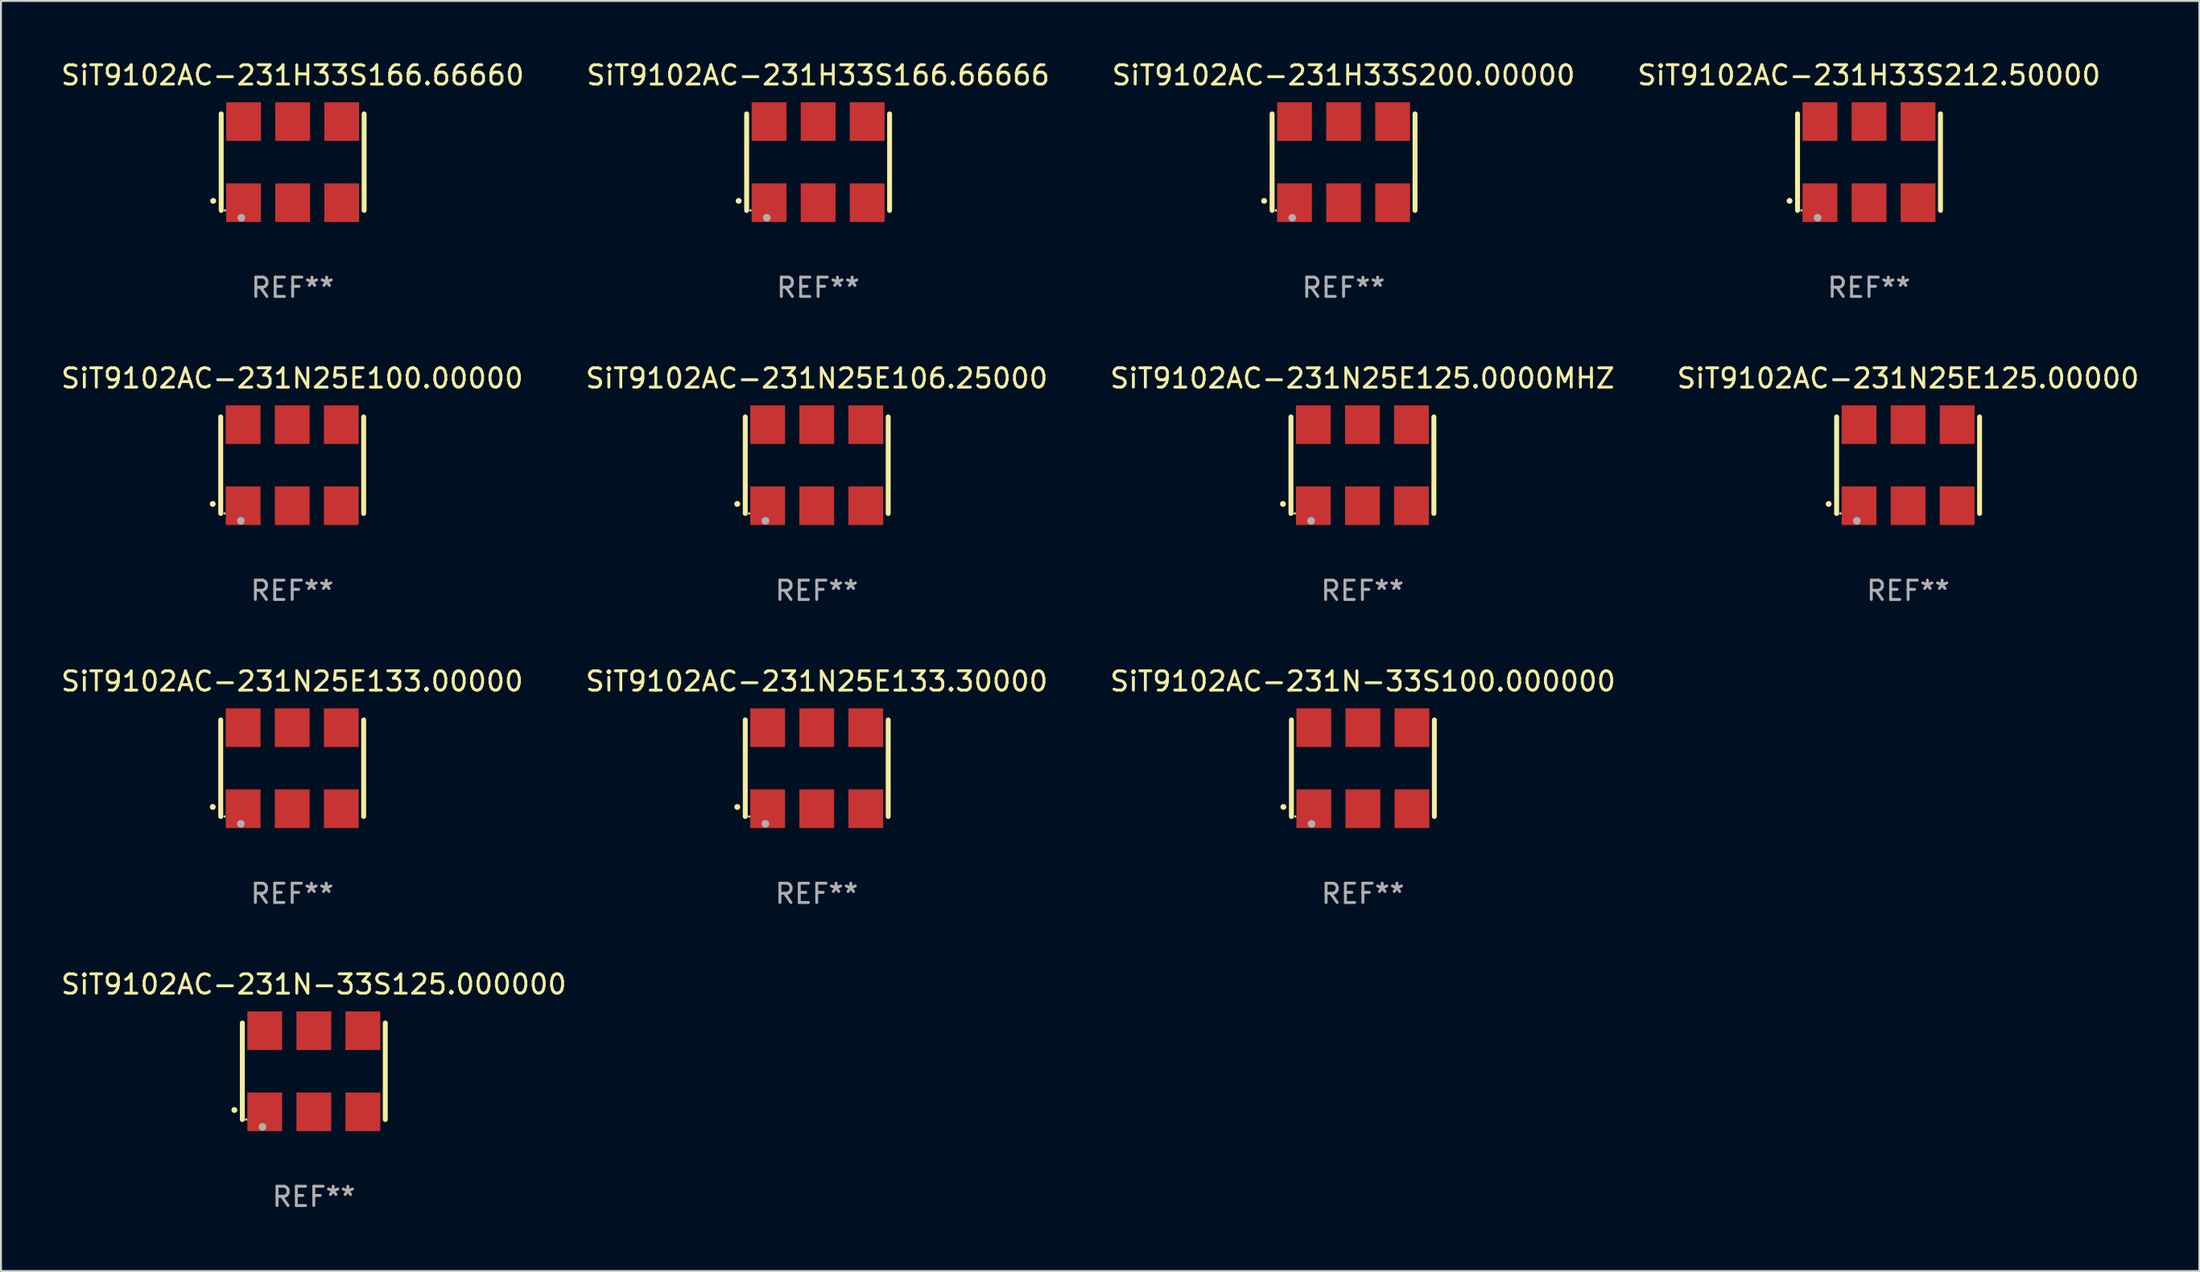
<source format=kicad_pcb>
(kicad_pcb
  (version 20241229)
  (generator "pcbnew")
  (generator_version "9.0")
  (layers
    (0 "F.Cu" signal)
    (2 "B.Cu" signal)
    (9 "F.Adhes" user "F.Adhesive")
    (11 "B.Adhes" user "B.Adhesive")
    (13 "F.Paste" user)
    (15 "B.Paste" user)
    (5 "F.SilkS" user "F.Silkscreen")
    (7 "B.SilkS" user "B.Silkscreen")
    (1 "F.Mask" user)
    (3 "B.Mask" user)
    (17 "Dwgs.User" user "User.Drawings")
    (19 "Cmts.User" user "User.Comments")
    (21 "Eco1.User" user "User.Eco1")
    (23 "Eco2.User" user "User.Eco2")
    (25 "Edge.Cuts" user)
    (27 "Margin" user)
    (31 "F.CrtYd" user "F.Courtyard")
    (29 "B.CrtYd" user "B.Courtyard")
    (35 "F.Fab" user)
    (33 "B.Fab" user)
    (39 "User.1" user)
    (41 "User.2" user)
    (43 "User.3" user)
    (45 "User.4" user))
  (footprint "SiT9102AC-231N25E125.00000"
    (layer "F.Cu")
    (at 95.732 21.045)
    (property "Reference" "SiT9102AC-231N25E125.00000" (at 0 -4.5 0) (layer "F.SilkS") (effects (font (size 1 1) (thickness 0.15))))
    (attr through_hole)
    (fp_line (start -3.7 -2.5) (end -3.7 2.5) (stroke (width 0.254) (type solid)) (layer "F.SilkS"))
    (fp_line (start 3.7 -2.5) (end 3.7 2.5) (stroke (width 0.254) (type solid)) (layer "F.SilkS"))
    (fp_arc (start -4.114415 2.006604) (mid -4.113145 2.006599) (end -4.111875 2.006604) (stroke (width 0.3) (type solid)) (layer "F.SilkS"))
    (fp_circle (center -3.502 2.5) (end -3.472 2.5) (stroke (width 0.06) (type solid)) (fill no) (layer "F.SilkS"))
    (fp_circle (center -2.657 2.882) (end -2.557 2.882) (stroke (width 0.2) (type solid)) (fill no) (layer "F.Fab"))
    (fp_text user "REF**" (at 0 6.5 0) (layer "F.Fab") (effects (font (size 1 1) (thickness 0.15))))
    (pad "1" smd rect (at -2.54 2.1) (size 1.8 2) (layers "F.Cu" "F.Mask" "F.Paste"))
    (pad "2" smd rect (at 0.000394 2.1) (size 1.8 2) (layers "F.Cu" "F.Mask" "F.Paste"))
    (pad "3" smd rect (at 2.54 2.1) (size 1.8 2) (layers "F.Cu" "F.Mask" "F.Paste"))
    (pad "4" smd rect (at 2.54 -2.1) (size 1.8 2) (layers "F.Cu" "F.Mask" "F.Paste"))
    (pad "5" smd rect (at 0.000394 -2.1) (size 1.8 2) (layers "F.Cu" "F.Mask" "F.Paste"))
    (pad "6" smd rect (at -2.54 -2.1) (size 1.8 2) (layers "F.Cu" "F.Mask" "F.Paste")))
  (footprint "SiT9102AC-231N25E106.25000"
    (layer "F.Cu")
    (at 39.232 21.045)
    (property "Reference" "SiT9102AC-231N25E106.25000" (at 0 -4.5 0) (layer "F.SilkS") (effects (font (size 1 1) (thickness 0.15))))
    (attr through_hole)
    (fp_line (start -3.7 -2.5) (end -3.7 2.5) (stroke (width 0.254) (type solid)) (layer "F.SilkS"))
    (fp_line (start 3.7 -2.5) (end 3.7 2.5) (stroke (width 0.254) (type solid)) (layer "F.SilkS"))
    (fp_arc (start -4.114415 2.006604) (mid -4.113145 2.006599) (end -4.111875 2.006604) (stroke (width 0.3) (type solid)) (layer "F.SilkS"))
    (fp_circle (center -3.502 2.5) (end -3.472 2.5) (stroke (width 0.06) (type solid)) (fill no) (layer "F.SilkS"))
    (fp_circle (center -2.657 2.882) (end -2.557 2.882) (stroke (width 0.2) (type solid)) (fill no) (layer "F.Fab"))
    (fp_text user "REF**" (at 0 6.5 0) (layer "F.Fab") (effects (font (size 1 1) (thickness 0.15))))
    (pad "1" smd rect (at -2.54 2.1) (size 1.8 2) (layers "F.Cu" "F.Mask" "F.Paste"))
    (pad "2" smd rect (at 0.000394 2.1) (size 1.8 2) (layers "F.Cu" "F.Mask" "F.Paste"))
    (pad "3" smd rect (at 2.54 2.1) (size 1.8 2) (layers "F.Cu" "F.Mask" "F.Paste"))
    (pad "4" smd rect (at 2.54 -2.1) (size 1.8 2) (layers "F.Cu" "F.Mask" "F.Paste"))
    (pad "5" smd rect (at 0.000394 -2.1) (size 1.8 2) (layers "F.Cu" "F.Mask" "F.Paste"))
    (pad "6" smd rect (at -2.54 -2.1) (size 1.8 2) (layers "F.Cu" "F.Mask" "F.Paste")))
  (footprint "SiT9102AC-231H33S212.50000"
    (layer "F.Cu")
    (at 93.708 5.348)
    (property "Reference" "SiT9102AC-231H33S212.50000" (at 0 -4.5 0) (layer "F.SilkS") (effects (font (size 1 1) (thickness 0.15))))
    (attr through_hole)
    (fp_line (start -3.7 -2.5) (end -3.7 2.5) (stroke (width 0.254) (type solid)) (layer "F.SilkS"))
    (fp_line (start 3.7 -2.5) (end 3.7 2.5) (stroke (width 0.254) (type solid)) (layer "F.SilkS"))
    (fp_arc (start -4.114415 2.006604) (mid -4.113145 2.006599) (end -4.111875 2.006604) (stroke (width 0.3) (type solid)) (layer "F.SilkS"))
    (fp_circle (center -3.502 2.5) (end -3.472 2.5) (stroke (width 0.06) (type solid)) (fill no) (layer "F.SilkS"))
    (fp_circle (center -2.657 2.882) (end -2.557 2.882) (stroke (width 0.2) (type solid)) (fill no) (layer "F.Fab"))
    (fp_text user "REF**" (at 0 6.5 0) (layer "F.Fab") (effects (font (size 1 1) (thickness 0.15))))
    (pad "1" smd rect (at -2.54 2.1) (size 1.8 2) (layers "F.Cu" "F.Mask" "F.Paste"))
    (pad "2" smd rect (at 0.000394 2.1) (size 1.8 2) (layers "F.Cu" "F.Mask" "F.Paste"))
    (pad "3" smd rect (at 2.54 2.1) (size 1.8 2) (layers "F.Cu" "F.Mask" "F.Paste"))
    (pad "4" smd rect (at 2.54 -2.1) (size 1.8 2) (layers "F.Cu" "F.Mask" "F.Paste"))
    (pad "5" smd rect (at 0.000394 -2.1) (size 1.8 2) (layers "F.Cu" "F.Mask" "F.Paste"))
    (pad "6" smd rect (at -2.54 -2.1) (size 1.8 2) (layers "F.Cu" "F.Mask" "F.Paste")))
  (footprint "SiT9102AC-231H33S200.00000"
    (layer "F.Cu")
    (at 66.506 5.348)
    (property "Reference" "SiT9102AC-231H33S200.00000" (at 0 -4.5 0) (layer "F.SilkS") (effects (font (size 1 1) (thickness 0.15))))
    (attr through_hole)
    (fp_line (start -3.7 -2.5) (end -3.7 2.5) (stroke (width 0.254) (type solid)) (layer "F.SilkS"))
    (fp_line (start 3.7 -2.5) (end 3.7 2.5) (stroke (width 0.254) (type solid)) (layer "F.SilkS"))
    (fp_arc (start -4.114415 2.006604) (mid -4.113145 2.006599) (end -4.111875 2.006604) (stroke (width 0.3) (type solid)) (layer "F.SilkS"))
    (fp_circle (center -3.502 2.5) (end -3.472 2.5) (stroke (width 0.06) (type solid)) (fill no) (layer "F.SilkS"))
    (fp_circle (center -2.657 2.882) (end -2.557 2.882) (stroke (width 0.2) (type solid)) (fill no) (layer "F.Fab"))
    (fp_text user "REF**" (at 0 6.5 0) (layer "F.Fab") (effects (font (size 1 1) (thickness 0.15))))
    (pad "1" smd rect (at -2.54 2.1) (size 1.8 2) (layers "F.Cu" "F.Mask" "F.Paste"))
    (pad "2" smd rect (at 0.000394 2.1) (size 1.8 2) (layers "F.Cu" "F.Mask" "F.Paste"))
    (pad "3" smd rect (at 2.54 2.1) (size 1.8 2) (layers "F.Cu" "F.Mask" "F.Paste"))
    (pad "4" smd rect (at 2.54 -2.1) (size 1.8 2) (layers "F.Cu" "F.Mask" "F.Paste"))
    (pad "5" smd rect (at 0.000394 -2.1) (size 1.8 2) (layers "F.Cu" "F.Mask" "F.Paste"))
    (pad "6" smd rect (at -2.54 -2.1) (size 1.8 2) (layers "F.Cu" "F.Mask" "F.Paste")))
  (footprint "SiT9102AC-231N25E125.0000MHZ"
    (layer "F.Cu")
    (at 67.482 21.045)
    (property "Reference" "SiT9102AC-231N25E125.0000MHZ" (at 0 -4.5 0) (layer "F.SilkS") (effects (font (size 1 1) (thickness 0.15))))
    (attr through_hole)
    (fp_line (start -3.7 -2.5) (end -3.7 2.5) (stroke (width 0.254) (type solid)) (layer "F.SilkS"))
    (fp_line (start 3.7 -2.5) (end 3.7 2.5) (stroke (width 0.254) (type solid)) (layer "F.SilkS"))
    (fp_arc (start -4.114415 2.006604) (mid -4.113145 2.006599) (end -4.111875 2.006604) (stroke (width 0.3) (type solid)) (layer "F.SilkS"))
    (fp_circle (center -3.502 2.5) (end -3.472 2.5) (stroke (width 0.06) (type solid)) (fill no) (layer "F.SilkS"))
    (fp_circle (center -2.657 2.882) (end -2.557 2.882) (stroke (width 0.2) (type solid)) (fill no) (layer "F.Fab"))
    (fp_text user "REF**" (at 0 6.5 0) (layer "F.Fab") (effects (font (size 1 1) (thickness 0.15))))
    (pad "1" smd rect (at -2.54 2.1) (size 1.8 2) (layers "F.Cu" "F.Mask" "F.Paste"))
    (pad "2" smd rect (at 0.000394 2.1) (size 1.8 2) (layers "F.Cu" "F.Mask" "F.Paste"))
    (pad "3" smd rect (at 2.54 2.1) (size 1.8 2) (layers "F.Cu" "F.Mask" "F.Paste"))
    (pad "4" smd rect (at 2.54 -2.1) (size 1.8 2) (layers "F.Cu" "F.Mask" "F.Paste"))
    (pad "5" smd rect (at 0.000394 -2.1) (size 1.8 2) (layers "F.Cu" "F.Mask" "F.Paste"))
    (pad "6" smd rect (at -2.54 -2.1) (size 1.8 2) (layers "F.Cu" "F.Mask" "F.Paste")))
  (footprint "SiT9102AC-231N25E100.00000"
    (layer "F.Cu")
    (at 12.077 21.045)
    (property "Reference" "SiT9102AC-231N25E100.00000" (at 0 -4.5 0) (layer "F.SilkS") (effects (font (size 1 1) (thickness 0.15))))
    (attr through_hole)
    (fp_line (start -3.7 -2.5) (end -3.7 2.5) (stroke (width 0.254) (type solid)) (layer "F.SilkS"))
    (fp_line (start 3.7 -2.5) (end 3.7 2.5) (stroke (width 0.254) (type solid)) (layer "F.SilkS"))
    (fp_arc (start -4.114415 2.006604) (mid -4.113145 2.006599) (end -4.111875 2.006604) (stroke (width 0.3) (type solid)) (layer "F.SilkS"))
    (fp_circle (center -3.502 2.5) (end -3.472 2.5) (stroke (width 0.06) (type solid)) (fill no) (layer "F.SilkS"))
    (fp_circle (center -2.657 2.882) (end -2.557 2.882) (stroke (width 0.2) (type solid)) (fill no) (layer "F.Fab"))
    (fp_text user "REF**" (at 0 6.5 0) (layer "F.Fab") (effects (font (size 1 1) (thickness 0.15))))
    (pad "1" smd rect (at -2.54 2.1) (size 1.8 2) (layers "F.Cu" "F.Mask" "F.Paste"))
    (pad "2" smd rect (at 0.000394 2.1) (size 1.8 2) (layers "F.Cu" "F.Mask" "F.Paste"))
    (pad "3" smd rect (at 2.54 2.1) (size 1.8 2) (layers "F.Cu" "F.Mask" "F.Paste"))
    (pad "4" smd rect (at 2.54 -2.1) (size 1.8 2) (layers "F.Cu" "F.Mask" "F.Paste"))
    (pad "5" smd rect (at 0.000394 -2.1) (size 1.8 2) (layers "F.Cu" "F.Mask" "F.Paste"))
    (pad "6" smd rect (at -2.54 -2.1) (size 1.8 2) (layers "F.Cu" "F.Mask" "F.Paste")))
  (footprint "SiT9102AC-231N-33S125.000000"
    (layer "F.Cu")
    (at 13.196 52.438)
    (property "Reference" "SiT9102AC-231N-33S125.000000" (at 0 -4.5 0) (layer "F.SilkS") (effects (font (size 1 1) (thickness 0.15))))
    (attr through_hole)
    (fp_line (start -3.7 -2.5) (end -3.7 2.5) (stroke (width 0.254) (type solid)) (layer "F.SilkS"))
    (fp_line (start 3.7 -2.5) (end 3.7 2.5) (stroke (width 0.254) (type solid)) (layer "F.SilkS"))
    (fp_arc (start -4.114415 2.006604) (mid -4.113145 2.006599) (end -4.111875 2.006604) (stroke (width 0.3) (type solid)) (layer "F.SilkS"))
    (fp_circle (center -3.502 2.5) (end -3.472 2.5) (stroke (width 0.06) (type solid)) (fill no) (layer "F.SilkS"))
    (fp_circle (center -2.657 2.882) (end -2.557 2.882) (stroke (width 0.2) (type solid)) (fill no) (layer "F.Fab"))
    (fp_text user "REF**" (at 0 6.5 0) (layer "F.Fab") (effects (font (size 1 1) (thickness 0.15))))
    (pad "1" smd rect (at -2.54 2.1) (size 1.8 2) (layers "F.Cu" "F.Mask" "F.Paste"))
    (pad "2" smd rect (at 0.000394 2.1) (size 1.8 2) (layers "F.Cu" "F.Mask" "F.Paste"))
    (pad "3" smd rect (at 2.54 2.1) (size 1.8 2) (layers "F.Cu" "F.Mask" "F.Paste"))
    (pad "4" smd rect (at 2.54 -2.1) (size 1.8 2) (layers "F.Cu" "F.Mask" "F.Paste"))
    (pad "5" smd rect (at 0.000394 -2.1) (size 1.8 2) (layers "F.Cu" "F.Mask" "F.Paste"))
    (pad "6" smd rect (at -2.54 -2.1) (size 1.8 2) (layers "F.Cu" "F.Mask" "F.Paste")))
  (footprint "SiT9102AC-231N-33S100.000000"
    (layer "F.Cu")
    (at 67.506 36.741)
    (property "Reference" "SiT9102AC-231N-33S100.000000" (at 0 -4.5 0) (layer "F.SilkS") (effects (font (size 1 1) (thickness 0.15))))
    (attr through_hole)
    (fp_line (start -3.7 -2.5) (end -3.7 2.5) (stroke (width 0.254) (type solid)) (layer "F.SilkS"))
    (fp_line (start 3.7 -2.5) (end 3.7 2.5) (stroke (width 0.254) (type solid)) (layer "F.SilkS"))
    (fp_arc (start -4.114415 2.006604) (mid -4.113145 2.006599) (end -4.111875 2.006604) (stroke (width 0.3) (type solid)) (layer "F.SilkS"))
    (fp_circle (center -3.502 2.5) (end -3.472 2.5) (stroke (width 0.06) (type solid)) (fill no) (layer "F.SilkS"))
    (fp_circle (center -2.657 2.882) (end -2.557 2.882) (stroke (width 0.2) (type solid)) (fill no) (layer "F.Fab"))
    (fp_text user "REF**" (at 0 6.5 0) (layer "F.Fab") (effects (font (size 1 1) (thickness 0.15))))
    (pad "1" smd rect (at -2.54 2.1) (size 1.8 2) (layers "F.Cu" "F.Mask" "F.Paste"))
    (pad "2" smd rect (at 0.000394 2.1) (size 1.8 2) (layers "F.Cu" "F.Mask" "F.Paste"))
    (pad "3" smd rect (at 2.54 2.1) (size 1.8 2) (layers "F.Cu" "F.Mask" "F.Paste"))
    (pad "4" smd rect (at 2.54 -2.1) (size 1.8 2) (layers "F.Cu" "F.Mask" "F.Paste"))
    (pad "5" smd rect (at 0.000394 -2.1) (size 1.8 2) (layers "F.Cu" "F.Mask" "F.Paste"))
    (pad "6" smd rect (at -2.54 -2.1) (size 1.8 2) (layers "F.Cu" "F.Mask" "F.Paste")))
  (footprint "SiT9102AC-231N25E133.30000"
    (layer "F.Cu")
    (at 39.232 36.741)
    (property "Reference" "SiT9102AC-231N25E133.30000" (at 0 -4.5 0) (layer "F.SilkS") (effects (font (size 1 1) (thickness 0.15))))
    (attr through_hole)
    (fp_line (start -3.7 -2.5) (end -3.7 2.5) (stroke (width 0.254) (type solid)) (layer "F.SilkS"))
    (fp_line (start 3.7 -2.5) (end 3.7 2.5) (stroke (width 0.254) (type solid)) (layer "F.SilkS"))
    (fp_arc (start -4.114415 2.006604) (mid -4.113145 2.006599) (end -4.111875 2.006604) (stroke (width 0.3) (type solid)) (layer "F.SilkS"))
    (fp_circle (center -3.502 2.5) (end -3.472 2.5) (stroke (width 0.06) (type solid)) (fill no) (layer "F.SilkS"))
    (fp_circle (center -2.657 2.882) (end -2.557 2.882) (stroke (width 0.2) (type solid)) (fill no) (layer "F.Fab"))
    (fp_text user "REF**" (at 0 6.5 0) (layer "F.Fab") (effects (font (size 1 1) (thickness 0.15))))
    (pad "1" smd rect (at -2.54 2.1) (size 1.8 2) (layers "F.Cu" "F.Mask" "F.Paste"))
    (pad "2" smd rect (at 0.000394 2.1) (size 1.8 2) (layers "F.Cu" "F.Mask" "F.Paste"))
    (pad "3" smd rect (at 2.54 2.1) (size 1.8 2) (layers "F.Cu" "F.Mask" "F.Paste"))
    (pad "4" smd rect (at 2.54 -2.1) (size 1.8 2) (layers "F.Cu" "F.Mask" "F.Paste"))
    (pad "5" smd rect (at 0.000394 -2.1) (size 1.8 2) (layers "F.Cu" "F.Mask" "F.Paste"))
    (pad "6" smd rect (at -2.54 -2.1) (size 1.8 2) (layers "F.Cu" "F.Mask" "F.Paste")))
  (footprint "SiT9102AC-231N25E133.00000"
    (layer "F.Cu")
    (at 12.077 36.741)
    (property "Reference" "SiT9102AC-231N25E133.00000" (at 0 -4.5 0) (layer "F.SilkS") (effects (font (size 1 1) (thickness 0.15))))
    (attr through_hole)
    (fp_line (start -3.7 -2.5) (end -3.7 2.5) (stroke (width 0.254) (type solid)) (layer "F.SilkS"))
    (fp_line (start 3.7 -2.5) (end 3.7 2.5) (stroke (width 0.254) (type solid)) (layer "F.SilkS"))
    (fp_arc (start -4.114415 2.006604) (mid -4.113145 2.006599) (end -4.111875 2.006604) (stroke (width 0.3) (type solid)) (layer "F.SilkS"))
    (fp_circle (center -3.502 2.5) (end -3.472 2.5) (stroke (width 0.06) (type solid)) (fill no) (layer "F.SilkS"))
    (fp_circle (center -2.657 2.882) (end -2.557 2.882) (stroke (width 0.2) (type solid)) (fill no) (layer "F.Fab"))
    (fp_text user "REF**" (at 0 6.5 0) (layer "F.Fab") (effects (font (size 1 1) (thickness 0.15))))
    (pad "1" smd rect (at -2.54 2.1) (size 1.8 2) (layers "F.Cu" "F.Mask" "F.Paste"))
    (pad "2" smd rect (at 0.000394 2.1) (size 1.8 2) (layers "F.Cu" "F.Mask" "F.Paste"))
    (pad "3" smd rect (at 2.54 2.1) (size 1.8 2) (layers "F.Cu" "F.Mask" "F.Paste"))
    (pad "4" smd rect (at 2.54 -2.1) (size 1.8 2) (layers "F.Cu" "F.Mask" "F.Paste"))
    (pad "5" smd rect (at 0.000394 -2.1) (size 1.8 2) (layers "F.Cu" "F.Mask" "F.Paste"))
    (pad "6" smd rect (at -2.54 -2.1) (size 1.8 2) (layers "F.Cu" "F.Mask" "F.Paste")))
  (footprint "SiT9102AC-231H33S166.66660"
    (layer "F.Cu")
    (at 12.101 5.348)
    (property "Reference" "SiT9102AC-231H33S166.66660" (at 0 -4.5 0) (layer "F.SilkS") (effects (font (size 1 1) (thickness 0.15))))
    (attr through_hole)
    (fp_line (start -3.7 -2.5) (end -3.7 2.5) (stroke (width 0.254) (type solid)) (layer "F.SilkS"))
    (fp_line (start 3.7 -2.5) (end 3.7 2.5) (stroke (width 0.254) (type solid)) (layer "F.SilkS"))
    (fp_arc (start -4.114415 2.006604) (mid -4.113145 2.006599) (end -4.111875 2.006604) (stroke (width 0.3) (type solid)) (layer "F.SilkS"))
    (fp_circle (center -3.502 2.5) (end -3.472 2.5) (stroke (width 0.06) (type solid)) (fill no) (layer "F.SilkS"))
    (fp_circle (center -2.657 2.882) (end -2.557 2.882) (stroke (width 0.2) (type solid)) (fill no) (layer "F.Fab"))
    (fp_text user "REF**" (at 0 6.5 0) (layer "F.Fab") (effects (font (size 1 1) (thickness 0.15))))
    (pad "1" smd rect (at -2.54 2.1) (size 1.8 2) (layers "F.Cu" "F.Mask" "F.Paste"))
    (pad "2" smd rect (at 0.000394 2.1) (size 1.8 2) (layers "F.Cu" "F.Mask" "F.Paste"))
    (pad "3" smd rect (at 2.54 2.1) (size 1.8 2) (layers "F.Cu" "F.Mask" "F.Paste"))
    (pad "4" smd rect (at 2.54 -2.1) (size 1.8 2) (layers "F.Cu" "F.Mask" "F.Paste"))
    (pad "5" smd rect (at 0.000394 -2.1) (size 1.8 2) (layers "F.Cu" "F.Mask" "F.Paste"))
    (pad "6" smd rect (at -2.54 -2.1) (size 1.8 2) (layers "F.Cu" "F.Mask" "F.Paste")))
  (footprint "SiT9102AC-231H33S166.66666"
    (layer "F.Cu")
    (at 39.304 5.348)
    (property "Reference" "SiT9102AC-231H33S166.66666" (at 0 -4.5 0) (layer "F.SilkS") (effects (font (size 1 1) (thickness 0.15))))
    (attr through_hole)
    (fp_line (start -3.7 -2.5) (end -3.7 2.5) (stroke (width 0.254) (type solid)) (layer "F.SilkS"))
    (fp_line (start 3.7 -2.5) (end 3.7 2.5) (stroke (width 0.254) (type solid)) (layer "F.SilkS"))
    (fp_arc (start -4.114415 2.006604) (mid -4.113145 2.006599) (end -4.111875 2.006604) (stroke (width 0.3) (type solid)) (layer "F.SilkS"))
    (fp_circle (center -3.502 2.5) (end -3.472 2.5) (stroke (width 0.06) (type solid)) (fill no) (layer "F.SilkS"))
    (fp_circle (center -2.657 2.882) (end -2.557 2.882) (stroke (width 0.2) (type solid)) (fill no) (layer "F.Fab"))
    (fp_text user "REF**" (at 0 6.5 0) (layer "F.Fab") (effects (font (size 1 1) (thickness 0.15))))
    (pad "1" smd rect (at -2.54 2.1) (size 1.8 2) (layers "F.Cu" "F.Mask" "F.Paste"))
    (pad "2" smd rect (at 0.000394 2.1) (size 1.8 2) (layers "F.Cu" "F.Mask" "F.Paste"))
    (pad "3" smd rect (at 2.54 2.1) (size 1.8 2) (layers "F.Cu" "F.Mask" "F.Paste"))
    (pad "4" smd rect (at 2.54 -2.1) (size 1.8 2) (layers "F.Cu" "F.Mask" "F.Paste"))
    (pad "5" smd rect (at 0.000394 -2.1) (size 1.8 2) (layers "F.Cu" "F.Mask" "F.Paste"))
    (pad "6" smd rect (at -2.54 -2.1) (size 1.8 2) (layers "F.Cu" "F.Mask" "F.Paste")))
  (gr_rect
    (start -3 -3)
    (end 110.81 62.786)
    (stroke (width 0.1) (type default))
    (fill no)
    (layer "Edge.Cuts")))
</source>
